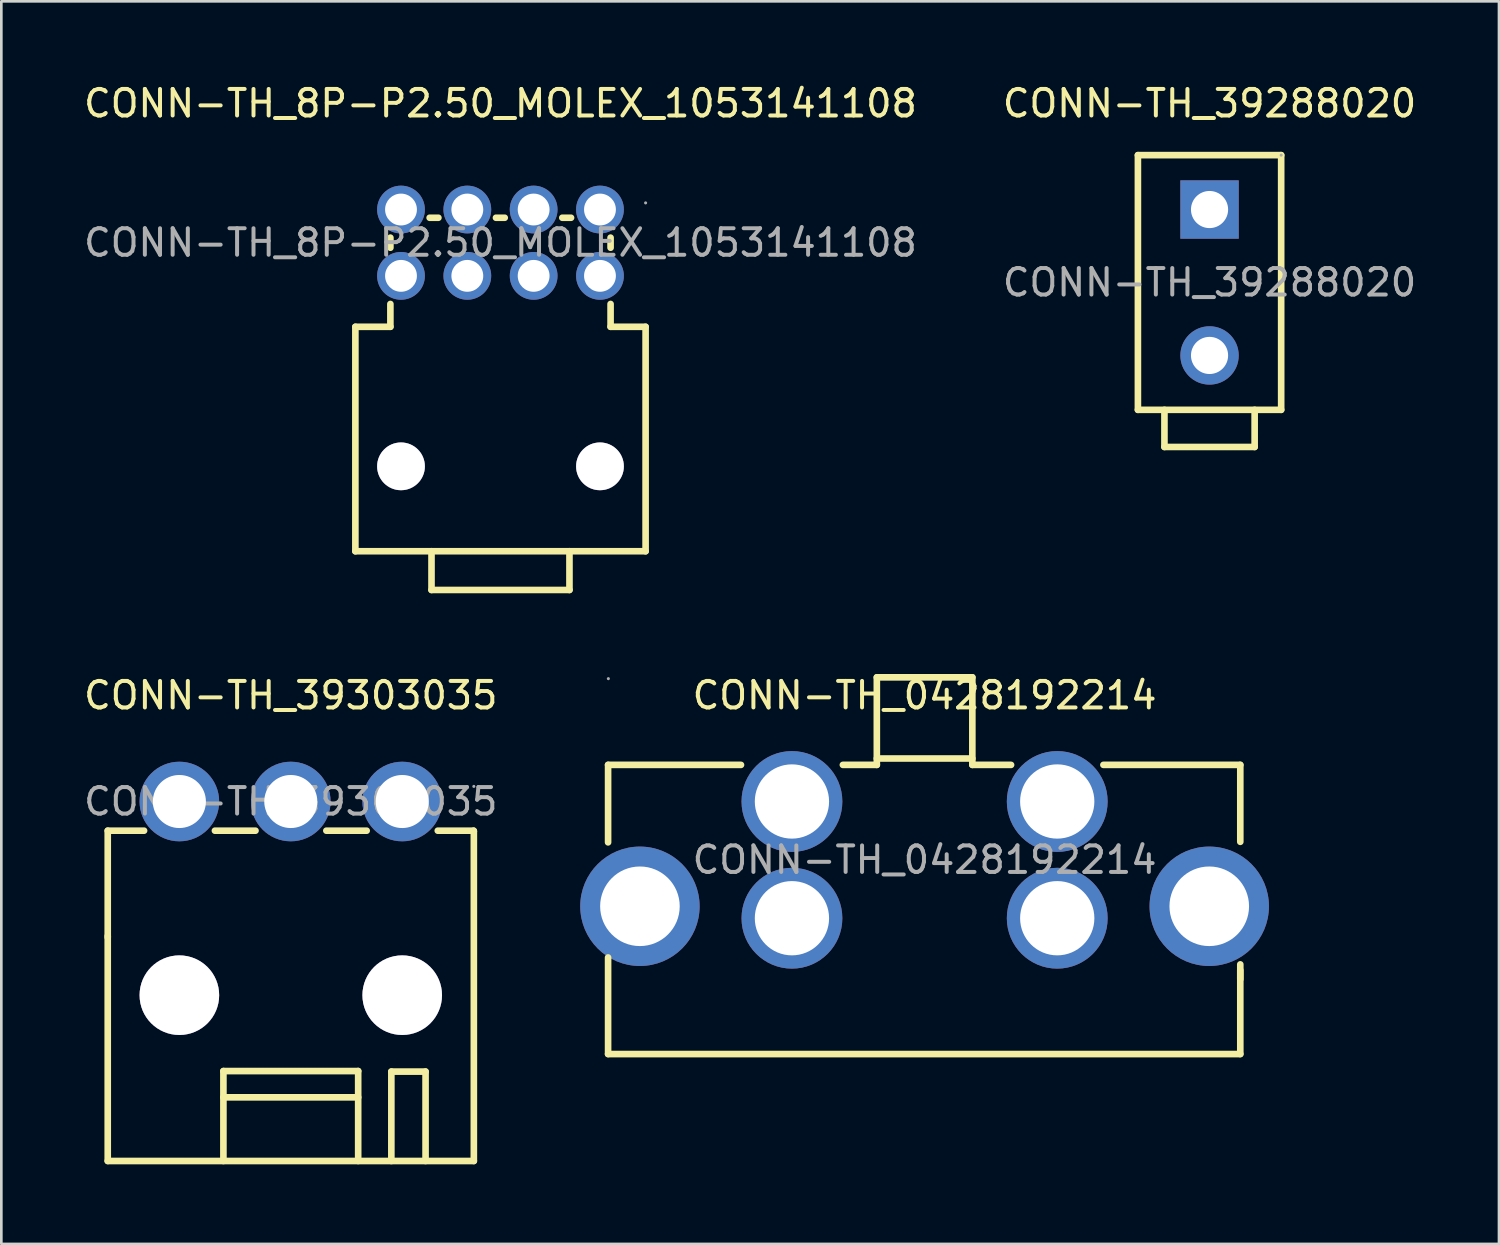
<source format=kicad_pcb>
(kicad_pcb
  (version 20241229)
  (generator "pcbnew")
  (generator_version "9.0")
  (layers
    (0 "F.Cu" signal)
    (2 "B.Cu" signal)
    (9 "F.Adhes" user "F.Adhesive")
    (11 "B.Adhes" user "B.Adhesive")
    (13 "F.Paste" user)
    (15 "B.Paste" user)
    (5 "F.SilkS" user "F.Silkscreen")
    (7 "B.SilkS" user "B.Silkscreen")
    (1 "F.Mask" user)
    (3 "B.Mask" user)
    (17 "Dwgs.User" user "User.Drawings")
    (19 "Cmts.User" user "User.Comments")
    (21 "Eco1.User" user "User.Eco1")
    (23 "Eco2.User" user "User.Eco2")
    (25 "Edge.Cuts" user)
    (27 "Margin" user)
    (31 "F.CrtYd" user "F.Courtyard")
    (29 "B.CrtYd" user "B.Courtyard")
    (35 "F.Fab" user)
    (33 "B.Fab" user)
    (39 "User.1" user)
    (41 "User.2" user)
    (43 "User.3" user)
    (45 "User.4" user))
  (footprint "CONN-TH_0428192214"
    (layer "F.Cu")
    (at 31.801 29.361)
    (property "Reference" "CONN-TH_0428192214" (at 0 -6.2 0) (layer "F.SilkS") (effects (font (size 1 1) (thickness 0.15))))
    (attr through_hole)
    (fp_line (start -11.93 -3.58) (end -11.93 -0.66) (stroke (width 0.25) (type solid)) (layer "F.SilkS"))
    (fp_line (start -11.93 3.68) (end -11.93 7.32) (stroke (width 0.25) (type solid)) (layer "F.SilkS"))
    (fp_line (start -6.92 -3.58) (end -11.93 -3.58) (stroke (width 0.25) (type solid)) (layer "F.SilkS"))
    (fp_line (start -1.8 -6.88) (end -1.8 -3.58) (stroke (width 0.25) (type solid)) (layer "F.SilkS"))
    (fp_line (start -1.8 -6.88) (end 1.8 -6.88) (stroke (width 0.25) (type solid)) (layer "F.SilkS"))
    (fp_line (start -1.8 -3.82) (end 1.8 -3.82) (stroke (width 0.25) (type solid)) (layer "F.SilkS"))
    (fp_line (start -1.8 -3.58) (end -3.08 -3.58) (stroke (width 0.25) (type solid)) (layer "F.SilkS"))
    (fp_line (start 1.8 -6.88) (end 1.8 -3.58) (stroke (width 0.25) (type solid)) (layer "F.SilkS"))
    (fp_line (start 1.8 -3.58) (end 3.26 -3.58) (stroke (width 0.25) (type solid)) (layer "F.SilkS"))
    (fp_line (start 6.74 -3.58) (end 11.9 -3.58) (stroke (width 0.25) (type solid)) (layer "F.SilkS"))
    (fp_line (start 11.9 -3.58) (end 11.9 -0.68) (stroke (width 0.25) (type solid)) (layer "F.SilkS"))
    (fp_line (start 11.9 3.94) (end 11.9 4.5) (stroke (width 0.25) (type solid)) (layer "F.SilkS"))
    (fp_line (start 11.9 4.16) (end 11.9 7.32) (stroke (width 0.25) (type solid)) (layer "F.SilkS"))
    (fp_line (start 11.9 7.32) (end -11.93 7.32) (stroke (width 0.25) (type solid)) (layer "F.SilkS"))
    (fp_circle (center -11.92 -6.83) (end -11.89 -6.83) (stroke (width 0.06) (type solid)) (fill no) (layer "F.Fab"))
    (fp_text user "${REFERENCE}" (at 0 0 0) (layer "F.Fab") (effects (font (size 1 1) (thickness 0.15))))
    (pad "1" thru_hole circle (at -5 -2.2) (size 3.8 3.8) (drill 2.8) (layers "*.Cu" "*.Mask"))
    (pad "2" thru_hole circle (at 5 -2.2) (size 3.8 3.8) (drill 2.8) (layers "*.Cu" "*.Mask"))
    (pad "3" thru_hole circle (at -5 2.2) (size 3.8 3.8) (drill 2.8) (layers "*.Cu" "*.Mask"))
    (pad "4" thru_hole circle (at 5 2.2) (size 3.8 3.8) (drill 2.8) (layers "*.Cu" "*.Mask"))
    (pad "5" thru_hole circle (at -10.73 1.75) (size 4.5 4.5) (drill 3) (layers "*.Cu" "*.Mask"))
    (pad "6" thru_hole circle (at 10.73 1.75) (size 4.5 4.5) (drill 3) (layers "*.Cu" "*.Mask")))
  (footprint "CONN-TH_39303035"
    (layer "F.Cu")
    (at 7.911 27.162)
    (property "Reference" "CONN-TH_39303035" (at 0 -4 0) (layer "F.SilkS") (effects (font (size 1 1) (thickness 0.15))))
    (attr through_hole)
    (fp_line (start -6.9 1.1) (end -5.53 1.1) (stroke (width 0.25) (type solid)) (layer "F.SilkS"))
    (fp_line (start -6.9 5.12) (end -6.9 1.1) (stroke (width 0.25) (type solid)) (layer "F.SilkS"))
    (fp_line (start -6.9 13.55) (end -6.9 5.07) (stroke (width 0.25) (type solid)) (layer "F.SilkS"))
    (fp_line (start -2.86 1.1) (end -1.33 1.1) (stroke (width 0.25) (type solid)) (layer "F.SilkS"))
    (fp_line (start -2.54 10.16) (end 2.54 10.16) (stroke (width 0.25) (type solid)) (layer "F.SilkS"))
    (fp_line (start -2.54 11.15) (end 2.54 11.15) (stroke (width 0.25) (type solid)) (layer "F.SilkS"))
    (fp_line (start -2.54 13.55) (end -2.54 10.16) (stroke (width 0.25) (type solid)) (layer "F.SilkS"))
    (fp_line (start 1.34 1.1) (end 2.86 1.1) (stroke (width 0.25) (type solid)) (layer "F.SilkS"))
    (fp_line (start 2.54 10.16) (end 2.54 13.55) (stroke (width 0.25) (type solid)) (layer "F.SilkS"))
    (fp_line (start 3.79 10.18) (end 5.08 10.18) (stroke (width 0.25) (type solid)) (layer "F.SilkS"))
    (fp_line (start 3.79 13.55) (end 3.79 10.18) (stroke (width 0.25) (type solid)) (layer "F.SilkS"))
    (fp_line (start 5.08 10.18) (end 5.08 13.55) (stroke (width 0.25) (type solid)) (layer "F.SilkS"))
    (fp_line (start 5.54 1.1) (end 6.89 1.1) (stroke (width 0.25) (type solid)) (layer "F.SilkS"))
    (fp_line (start 6.89 1.1) (end 6.9 1.12) (stroke (width 0.25) (type solid)) (layer "F.SilkS"))
    (fp_line (start 6.9 1.12) (end 6.9 13.55) (stroke (width 0.25) (type solid)) (layer "F.SilkS"))
    (fp_line (start 6.9 13.55) (end -6.9 13.55) (stroke (width 0.25) (type solid)) (layer "F.SilkS"))
    (fp_circle (center -4.2 7.3) (end -3.5 7.3) (stroke (width 1.4) (type solid)) (fill no) (layer "Cmts.User"))
    (fp_circle (center 4.2 7.3) (end 4.9 7.3) (stroke (width 1.4) (type solid)) (fill no) (layer "Cmts.User"))
    (fp_circle (center 6.9 -0.57) (end 6.93 -0.57) (stroke (width 0.06) (type solid)) (fill no) (layer "F.Fab"))
    (fp_text user "${REFERENCE}" (at 0 0 0) (layer "F.Fab") (effects (font (size 1 1) (thickness 0.15))))
    (pad "" thru_hole circle (at -4.2 7.3) (size 3 3) (drill 3) (layers "*.Cu" "*.Mask"))
    (pad "" thru_hole circle (at 4.2 7.3) (size 3 3) (drill 3) (layers "*.Cu" "*.Mask"))
    (pad "1" thru_hole circle (at 4.2 0) (size 3 3) (drill 2) (layers "*.Cu" "*.Mask"))
    (pad "2" thru_hole circle (at 0 0) (size 3 3) (drill 2) (layers "*.Cu" "*.Mask"))
    (pad "3" thru_hole circle (at -4.2 0) (size 3 3) (drill 2) (layers "*.Cu" "*.Mask")))
  (footprint "CONN-TH_8P-P2.50_MOLEX_1053141108"
    (layer "F.Cu")
    (at 15.815 6.098)
    (property "Reference" "CONN-TH_8P-P2.50_MOLEX_1053141108" (at 0 -5.25 0) (layer "F.SilkS") (effects (font (size 1 1) (thickness 0.15))))
    (attr through_hole)
    (fp_line (start -5.47 3.17) (end -5.47 11.63) (stroke (width 0.25) (type solid)) (layer "F.SilkS"))
    (fp_line (start -5.47 3.17) (end -4.15 3.17) (stroke (width 0.25) (type solid)) (layer "F.SilkS"))
    (fp_line (start -4.15 0.19) (end -4.15 -0.19) (stroke (width 0.25) (type solid)) (layer "F.SilkS"))
    (fp_line (start -4.15 3.17) (end -4.15 2.31) (stroke (width 0.25) (type solid)) (layer "F.SilkS"))
    (fp_line (start -2.6 13.09) (end -2.6 11.63) (stroke (width 0.25) (type solid)) (layer "F.SilkS"))
    (fp_line (start -2.34 -0.94) (end -2.67 -0.94) (stroke (width 0.25) (type solid)) (layer "F.SilkS"))
    (fp_line (start 0.16 -0.94) (end -0.17 -0.94) (stroke (width 0.25) (type solid)) (layer "F.SilkS"))
    (fp_line (start 2.6 13.09) (end -2.6 13.09) (stroke (width 0.25) (type solid)) (layer "F.SilkS"))
    (fp_line (start 2.6 13.09) (end 2.6 11.63) (stroke (width 0.25) (type solid)) (layer "F.SilkS"))
    (fp_line (start 2.66 -0.94) (end 2.33 -0.94) (stroke (width 0.25) (type solid)) (layer "F.SilkS"))
    (fp_line (start 4.15 0.19) (end 4.15 -0.19) (stroke (width 0.25) (type solid)) (layer "F.SilkS"))
    (fp_line (start 4.15 3.17) (end 4.15 2.31) (stroke (width 0.25) (type solid)) (layer "F.SilkS"))
    (fp_line (start 5.47 3.17) (end 4.15 3.17) (stroke (width 0.25) (type solid)) (layer "F.SilkS"))
    (fp_line (start 5.47 3.17) (end 5.47 11.63) (stroke (width 0.25) (type solid)) (layer "F.SilkS"))
    (fp_line (start 5.47 11.63) (end -5.47 11.63) (stroke (width 0.25) (type solid)) (layer "F.SilkS"))
    (fp_circle (center -3.75 8.43) (end -3.35 8.43) (stroke (width 0.8) (type solid)) (fill no) (layer "Cmts.User"))
    (fp_circle (center 3.75 8.43) (end 4.15 8.43) (stroke (width 0.8) (type solid)) (fill no) (layer "Cmts.User"))
    (fp_circle (center 5.47 -1.5) (end 5.5 -1.5) (stroke (width 0.06) (type solid)) (fill no) (layer "F.Fab"))
    (fp_text user "${REFERENCE}" (at 0 0 0) (layer "F.Fab") (effects (font (size 1 1) (thickness 0.15))))
    (pad "" thru_hole circle (at -3.75 8.43) (size 1.8 1.8) (drill 1.8) (layers "*.Cu" "*.Mask"))
    (pad "" thru_hole circle (at 3.75 8.43) (size 1.8 1.8) (drill 1.8) (layers "*.Cu" "*.Mask"))
    (pad "1" thru_hole circle (at 3.75 -1.25) (size 1.8 1.8) (drill 1.2) (layers "*.Cu" "*.Mask"))
    (pad "2" thru_hole circle (at 1.25 -1.25) (size 1.8 1.8) (drill 1.2) (layers "*.Cu" "*.Mask"))
    (pad "3" thru_hole circle (at -1.25 -1.25) (size 1.8 1.8) (drill 1.2) (layers "*.Cu" "*.Mask"))
    (pad "4" thru_hole circle (at -3.75 -1.25) (size 1.8 1.8) (drill 1.2) (layers "*.Cu" "*.Mask"))
    (pad "5" thru_hole circle (at 3.75 1.25) (size 1.8 1.8) (drill 1.2) (layers "*.Cu" "*.Mask"))
    (pad "6" thru_hole circle (at 1.25 1.25) (size 1.8 1.8) (drill 1.2) (layers "*.Cu" "*.Mask"))
    (pad "7" thru_hole circle (at -1.25 1.25) (size 1.8 1.8) (drill 1.2) (layers "*.Cu" "*.Mask"))
    (pad "8" thru_hole circle (at -3.75 1.25) (size 1.8 1.8) (drill 1.2) (layers "*.Cu" "*.Mask")))
  (footprint "CONN-TH_39288020"
    (layer "F.Cu")
    (at 42.542 7.598)
    (property "Reference" "CONN-TH_39288020" (at 0 -6.75 0) (layer "F.SilkS") (effects (font (size 1 1) (thickness 0.15))))
    (attr through_hole)
    (fp_line (start -2.7 4.8) (end -2.7 -4.8) (stroke (width 0.25) (type solid)) (layer "F.SilkS"))
    (fp_line (start -1.7 6.2) (end -1.7 4.8) (stroke (width 0.25) (type solid)) (layer "F.SilkS"))
    (fp_line (start -1.7 6.2) (end 1.7 6.2) (stroke (width 0.25) (type solid)) (layer "F.SilkS"))
    (fp_line (start 1.7 6.2) (end 1.7 4.8) (stroke (width 0.25) (type solid)) (layer "F.SilkS"))
    (fp_line (start 2.7 -4.8) (end -2.7 -4.8) (stroke (width 0.25) (type solid)) (layer "F.SilkS"))
    (fp_line (start 2.7 4.8) (end -2.7 4.8) (stroke (width 0.25) (type solid)) (layer "F.SilkS"))
    (fp_line (start 2.7 4.8) (end 2.7 -4.8) (stroke (width 0.25) (type solid)) (layer "F.SilkS"))
    (fp_circle (center 2.7 -4.8) (end 2.73 -4.8) (stroke (width 0.06) (type solid)) (fill no) (layer "F.Fab"))
    (fp_text user "${REFERENCE}" (at 0 0 0) (layer "F.Fab") (effects (font (size 1 1) (thickness 0.15))))
    (pad "1" thru_hole rect (at 0 -2.75 180) (size 2.2 2.2) (drill 1.4) (layers "*.Cu" "*.Mask"))
    (pad "2" thru_hole circle (at 0 2.75 180) (size 2.2 2.2) (drill 1.4) (layers "*.Cu" "*.Mask")))
  (gr_rect
    (start -3 -3)
    (end 53.452 43.837)
    (stroke (width 0.1) (type default))
    (fill no)
    (layer "Edge.Cuts")))
</source>
